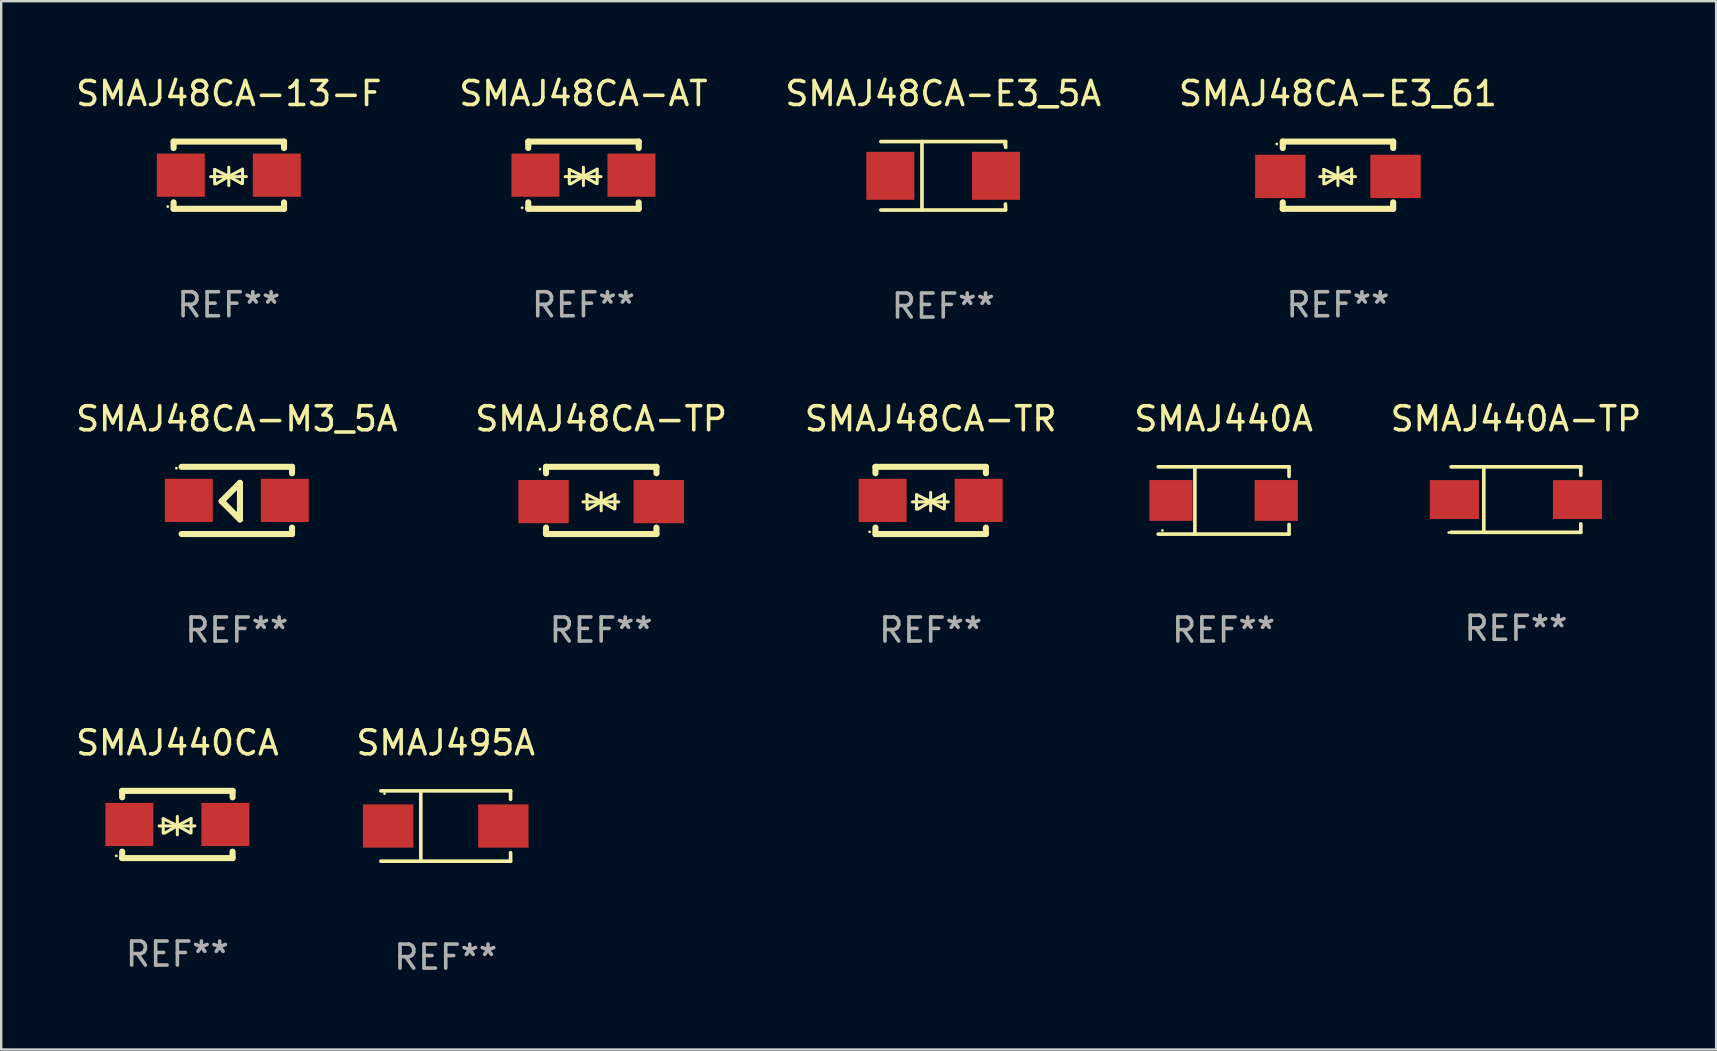
<source format=kicad_pcb>
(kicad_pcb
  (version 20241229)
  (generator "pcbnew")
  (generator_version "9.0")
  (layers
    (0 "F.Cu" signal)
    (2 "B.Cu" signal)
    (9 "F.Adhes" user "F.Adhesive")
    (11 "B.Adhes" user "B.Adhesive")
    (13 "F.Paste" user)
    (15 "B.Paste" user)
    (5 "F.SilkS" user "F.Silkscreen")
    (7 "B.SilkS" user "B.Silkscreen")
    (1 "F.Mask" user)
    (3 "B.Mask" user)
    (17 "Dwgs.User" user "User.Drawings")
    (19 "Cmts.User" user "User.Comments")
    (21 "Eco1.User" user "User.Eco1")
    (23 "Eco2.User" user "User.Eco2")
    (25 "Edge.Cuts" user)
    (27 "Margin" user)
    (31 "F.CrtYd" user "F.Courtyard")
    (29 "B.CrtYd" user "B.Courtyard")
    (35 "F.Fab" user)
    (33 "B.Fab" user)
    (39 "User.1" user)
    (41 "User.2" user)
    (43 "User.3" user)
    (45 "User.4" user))
  (footprint "SMAJ495A"
    (layer "F.Cu")
    (at 15.518 31.36)
    (property "Reference" "SMAJ495A" (at 0 -3.464 0) (layer "F.SilkS") (effects (font (size 1 1) (thickness 0.15))))
    (attr through_hole)
    (fp_line (start -2.701 -1.464) (end 2.701 -1.464) (stroke (width 0.152) (type solid)) (layer "F.SilkS"))
    (fp_line (start -2.701 1.464) (end 2.701 1.464) (stroke (width 0.152) (type solid)) (layer "F.SilkS"))
    (fp_line (start -1.039 -1.364) (end -1.039 1.364) (stroke (width 0.152) (type solid)) (layer "F.SilkS"))
    (fp_line (start 2.701 -1.464) (end 2.701 -1.113) (stroke (width 0.152) (type solid)) (layer "F.SilkS"))
    (fp_line (start 2.701 1.464) (end 2.701 1.113) (stroke (width 0.152) (type solid)) (layer "F.SilkS"))
    (fp_circle (center -2.55 -1.35) (end -2.52 -1.35) (stroke (width 0.06) (type solid)) (fill no) (layer "F.SilkS"))
    (fp_text user "REF**" (at 0 5.464 0) (layer "F.Fab") (effects (font (size 1 1) (thickness 0.15))))
    (pad "1" smd rect (at -2.4 0) (size 2.1 1.8) (layers "F.Cu" "F.Mask" "F.Paste"))
    (pad "2" smd rect (at 2.4 0) (size 2.1 1.8) (layers "F.Cu" "F.Mask" "F.Paste")))
  (footprint "SMAJ48CA-TR"
    (layer "F.Cu")
    (at 35.72 17.797)
    (property "Reference" "SMAJ48CA-TR" (at 0 -3.4 0) (layer "F.SilkS") (effects (font (size 1 1) (thickness 0.15))))
    (attr through_hole)
    (fp_line (start -2.3 -1.4) (end -2.3 -1.131) (stroke (width 0.254) (type solid)) (layer "F.SilkS"))
    (fp_line (start -2.3 -1.4) (end 2.3 -1.4) (stroke (width 0.254) (type solid)) (layer "F.SilkS"))
    (fp_line (start -2.3 1.131) (end -2.3 1.4) (stroke (width 0.254) (type solid)) (layer "F.SilkS"))
    (fp_line (start -2.3 1.4) (end 2.3 1.4) (stroke (width 0.254) (type solid)) (layer "F.SilkS"))
    (fp_line (start -0.76 0.06) (end 0.73 0.06) (stroke (width 0.127) (type solid)) (layer "F.SilkS"))
    (fp_line (start -0.59 -0.24) (end -0.59 0.36) (stroke (width 0.127) (type solid)) (layer "F.SilkS"))
    (fp_line (start -0.59 -0.24) (end -0.002 0.049) (stroke (width 0.127) (type solid)) (layer "F.SilkS"))
    (fp_line (start -0.53 0.36) (end -0.002 0.049) (stroke (width 0.127) (type solid)) (layer "F.SilkS"))
    (fp_line (start -0.002 0.049) (end -0.002 -0.332) (stroke (width 0.127) (type solid)) (layer "F.SilkS"))
    (fp_line (start -0.002 0.049) (end -0.002 0.43) (stroke (width 0.127) (type solid)) (layer "F.SilkS"))
    (fp_line (start 0.54 0.35) (end -0.002 0.049) (stroke (width 0.127) (type solid)) (layer "F.SilkS"))
    (fp_line (start 0.57 -0.25) (end -0.002 0.049) (stroke (width 0.127) (type solid)) (layer "F.SilkS"))
    (fp_line (start 0.57 -0.25) (end 0.57 0.35) (stroke (width 0.127) (type solid)) (layer "F.SilkS"))
    (fp_line (start 2.3 -1.4) (end 2.3 -1.131) (stroke (width 0.254) (type solid)) (layer "F.SilkS"))
    (fp_line (start 2.3 1.131) (end 2.3 1.4) (stroke (width 0.254) (type solid)) (layer "F.SilkS"))
    (fp_circle (center -2.542 1.308) (end -2.512 1.308) (stroke (width 0.06) (type solid)) (fill no) (layer "F.SilkS"))
    (fp_text user "REF**" (at 0 5.4 0) (layer "F.Fab") (effects (font (size 1 1) (thickness 0.15))))
    (pad "1" smd rect (at -2 0) (size 2 1.8) (layers "F.Cu" "F.Mask" "F.Paste"))
    (pad "2" smd rect (at 2 0) (size 2 1.8) (layers "F.Cu" "F.Mask" "F.Paste")))
  (footprint "SMAJ440A-TP"
    (layer "F.Cu")
    (at 60.101 17.761)
    (property "Reference" "SMAJ440A-TP" (at 0 -3.364 0) (layer "F.SilkS") (effects (font (size 1 1) (thickness 0.15))))
    (attr through_hole)
    (fp_line (start -2.701 -1.364) (end 2.701 -1.364) (stroke (width 0.152) (type solid)) (layer "F.SilkS"))
    (fp_line (start -2.701 1.364) (end 2.701 1.364) (stroke (width 0.152) (type solid)) (layer "F.SilkS"))
    (fp_line (start -1.339 -1.364) (end -1.339 1.364) (stroke (width 0.152) (type solid)) (layer "F.SilkS"))
    (fp_line (start 2.701 -1.364) (end 2.701 -1.013) (stroke (width 0.152) (type solid)) (layer "F.SilkS"))
    (fp_line (start 2.701 1.364) (end 2.701 1.013) (stroke (width 0.152) (type solid)) (layer "F.SilkS"))
    (fp_circle (center -2.8 1.375) (end -2.77 1.375) (stroke (width 0.06) (type solid)) (fill no) (layer "F.SilkS"))
    (fp_text user "REF**" (at 0 5.364 0) (layer "F.Fab") (effects (font (size 1 1) (thickness 0.15))))
    (pad "1" smd rect (at -2.565 -0.000025) (size 2.046 1.62) (layers "F.Cu" "F.Mask" "F.Paste"))
    (pad "2" smd rect (at 2.565 -0.000025) (size 2.046 1.62) (layers "F.Cu" "F.Mask" "F.Paste")))
  (footprint "SMAJ48CA-M3_5A"
    (layer "F.Cu")
    (at 6.815 17.797)
    (property "Reference" "SMAJ48CA-M3_5A" (at 0 -3.4 0) (layer "F.SilkS") (effects (font (size 1 1) (thickness 0.15))))
    (attr through_hole)
    (fp_line (start -2.3 -1.4) (end 2.3 -1.4) (stroke (width 0.254) (type solid)) (layer "F.SilkS"))
    (fp_line (start -2.3 1.4) (end 2.3 1.4) (stroke (width 0.254) (type solid)) (layer "F.SilkS"))
    (fp_line (start -0.631 0.03) (end 0.131 -0.732) (stroke (width 0.254) (type solid)) (layer "F.SilkS"))
    (fp_line (start 0.004 0.665) (end -0.631 0.03) (stroke (width 0.254) (type solid)) (layer "F.SilkS"))
    (fp_line (start 0.131 -0.732) (end 0.131 0.665) (stroke (width 0.254) (type solid)) (layer "F.SilkS"))
    (fp_line (start 0.131 0.665) (end 0.131 0.792) (stroke (width 0.254) (type solid)) (layer "F.SilkS"))
    (fp_line (start 0.131 0.792) (end 0.004 0.665) (stroke (width 0.254) (type solid)) (layer "F.SilkS"))
    (fp_line (start 2.3 -1.4) (end 2.3 -1.131) (stroke (width 0.254) (type solid)) (layer "F.SilkS"))
    (fp_line (start 2.3 1.131) (end 2.3 1.4) (stroke (width 0.254) (type solid)) (layer "F.SilkS"))
    (fp_circle (center -2.517 -1.342) (end -2.487 -1.342) (stroke (width 0.06) (type solid)) (fill no) (layer "F.SilkS"))
    (fp_text user "REF**" (at 0 5.4 0) (layer "F.Fab") (effects (font (size 1 1) (thickness 0.15))))
    (pad "1" smd rect (at -2 -0.000127) (size 2 1.8) (layers "F.Cu" "F.Mask" "F.Paste"))
    (pad "2" smd rect (at 2 -0.000127) (size 2 1.8) (layers "F.Cu" "F.Mask" "F.Paste")))
  (footprint "SMAJ440CA"
    (layer "F.Cu")
    (at 4.339 31.296)
    (property "Reference" "SMAJ440CA" (at 0 -3.4 0) (layer "F.SilkS") (effects (font (size 1 1) (thickness 0.15))))
    (attr through_hole)
    (fp_line (start -2.3 -1.4) (end -2.3 -1.131) (stroke (width 0.254) (type solid)) (layer "F.SilkS"))
    (fp_line (start -2.3 -1.4) (end 2.3 -1.4) (stroke (width 0.254) (type solid)) (layer "F.SilkS"))
    (fp_line (start -2.3 1.131) (end -2.3 1.4) (stroke (width 0.254) (type solid)) (layer "F.SilkS"))
    (fp_line (start -2.3 1.4) (end 2.3 1.4) (stroke (width 0.254) (type solid)) (layer "F.SilkS"))
    (fp_line (start -0.76 0.06) (end 0.73 0.06) (stroke (width 0.127) (type solid)) (layer "F.SilkS"))
    (fp_line (start -0.59 -0.24) (end -0.59 0.36) (stroke (width 0.127) (type solid)) (layer "F.SilkS"))
    (fp_line (start -0.59 -0.24) (end -0.002 0.049) (stroke (width 0.127) (type solid)) (layer "F.SilkS"))
    (fp_line (start -0.53 0.36) (end -0.002 0.049) (stroke (width 0.127) (type solid)) (layer "F.SilkS"))
    (fp_line (start -0.002 0.049) (end -0.002 -0.332) (stroke (width 0.127) (type solid)) (layer "F.SilkS"))
    (fp_line (start -0.002 0.049) (end -0.002 0.43) (stroke (width 0.127) (type solid)) (layer "F.SilkS"))
    (fp_line (start 0.54 0.35) (end -0.002 0.049) (stroke (width 0.127) (type solid)) (layer "F.SilkS"))
    (fp_line (start 0.57 -0.25) (end -0.002 0.049) (stroke (width 0.127) (type solid)) (layer "F.SilkS"))
    (fp_line (start 0.57 -0.25) (end 0.57 0.35) (stroke (width 0.127) (type solid)) (layer "F.SilkS"))
    (fp_line (start 2.3 -1.4) (end 2.3 -1.131) (stroke (width 0.254) (type solid)) (layer "F.SilkS"))
    (fp_line (start 2.3 1.131) (end 2.3 1.4) (stroke (width 0.254) (type solid)) (layer "F.SilkS"))
    (fp_circle (center -2.542 1.308) (end -2.512 1.308) (stroke (width 0.06) (type solid)) (fill no) (layer "F.SilkS"))
    (fp_text user "REF**" (at 0 5.4 0) (layer "F.Fab") (effects (font (size 1 1) (thickness 0.15))))
    (pad "1" smd rect (at -2 0) (size 2 1.8) (layers "F.Cu" "F.Mask" "F.Paste"))
    (pad "2" smd rect (at 2 0) (size 2 1.8) (layers "F.Cu" "F.Mask" "F.Paste")))
  (footprint "SMAJ48CA-E3_5A"
    (layer "F.Cu")
    (at 36.244 4.274)
    (property "Reference" "SMAJ48CA-E3_5A" (at 0 -3.426 0) (layer "F.SilkS") (effects (font (size 1 1) (thickness 0.15))))
    (attr through_hole)
    (fp_line (start -2.6 -1.426) (end 2.593 -1.426) (stroke (width 0.152) (type solid)) (layer "F.SilkS"))
    (fp_line (start -2.6 1.426) (end 2.593 1.426) (stroke (width 0.152) (type solid)) (layer "F.SilkS"))
    (fp_line (start -0.887 -1.426) (end -0.887 1.426) (stroke (width 0.152) (type solid)) (layer "F.SilkS"))
    (fp_line (start 2.59 1.176) (end 2.597 1.415) (stroke (width 0.152) (type solid)) (layer "F.SilkS"))
    (fp_line (start 2.593 -1.426) (end 2.6 -1.187) (stroke (width 0.152) (type solid)) (layer "F.SilkS"))
    (fp_circle (center 2.547 -1.3) (end 2.577 -1.3) (stroke (width 0.06) (type solid)) (fill no) (layer "F.SilkS"))
    (fp_text user "REF**" (at 0 5.426 0) (layer "F.Fab") (effects (font (size 1 1) (thickness 0.15))))
    (pad "1" smd rect (at 2.197 -0.000025 180) (size 2 2) (layers "F.Cu" "F.Mask" "F.Paste"))
    (pad "2" smd rect (at -2.203 -0.000025 180) (size 2 2) (layers "F.Cu" "F.Mask" "F.Paste")))
  (footprint "SMAJ440A"
    (layer "F.Cu")
    (at 47.923 17.798)
    (property "Reference" "SMAJ440A" (at 0 -3.401 0) (layer "F.SilkS") (effects (font (size 1 1) (thickness 0.15))))
    (attr through_hole)
    (fp_line (start -2.726 -1.401) (end 2.726 -1.401) (stroke (width 0.152) (type solid)) (layer "F.SilkS"))
    (fp_line (start -2.726 1.401) (end 2.726 1.401) (stroke (width 0.152) (type solid)) (layer "F.SilkS"))
    (fp_line (start -1.197 -1.401) (end -1.197 1.401) (stroke (width 0.152) (type solid)) (layer "F.SilkS"))
    (fp_line (start 2.726 -1.401) (end 2.726 -1) (stroke (width 0.152) (type solid)) (layer "F.SilkS"))
    (fp_line (start 2.726 1.401) (end 2.726 1) (stroke (width 0.152) (type solid)) (layer "F.SilkS"))
    (fp_circle (center -2.55 1.25) (end -2.52 1.25) (stroke (width 0.06) (type solid)) (fill no) (layer "F.SilkS"))
    (fp_text user "REF**" (at 0 5.401 0) (layer "F.Fab") (effects (font (size 1 1) (thickness 0.15))))
    (pad "1" smd rect (at -2.192 0) (size 1.8 1.7) (layers "F.Cu" "F.Mask" "F.Paste"))
    (pad "2" smd rect (at 2.192 0) (size 1.8 1.7) (layers "F.Cu" "F.Mask" "F.Paste")))
  (footprint "SMAJ48CA-E3_61"
    (layer "F.Cu")
    (at 52.685 4.248)
    (property "Reference" "SMAJ48CA-E3_61" (at 0 -3.4 0) (layer "F.SilkS") (effects (font (size 1 1) (thickness 0.15))))
    (attr through_hole)
    (fp_line (start -2.298 -1.4) (end -2.298 -1.131) (stroke (width 0.254) (type solid)) (layer "F.SilkS"))
    (fp_line (start -2.298 -1.4) (end 2.302 -1.4) (stroke (width 0.254) (type solid)) (layer "F.SilkS"))
    (fp_line (start -2.298 1.131) (end -2.298 1.4) (stroke (width 0.254) (type solid)) (layer "F.SilkS"))
    (fp_line (start -2.298 1.4) (end 2.302 1.4) (stroke (width 0.254) (type solid)) (layer "F.SilkS"))
    (fp_line (start -0.758 0.06) (end 0.732 0.06) (stroke (width 0.127) (type solid)) (layer "F.SilkS"))
    (fp_line (start -0.588 -0.24) (end -0.588 0.36) (stroke (width 0.127) (type solid)) (layer "F.SilkS"))
    (fp_line (start -0.588 -0.24) (end 0.000025 0.049) (stroke (width 0.127) (type solid)) (layer "F.SilkS"))
    (fp_line (start -0.528 0.36) (end 0.000025 0.049) (stroke (width 0.127) (type solid)) (layer "F.SilkS"))
    (fp_line (start 0.000025 0.049) (end 0.000025 -0.332) (stroke (width 0.127) (type solid)) (layer "F.SilkS"))
    (fp_line (start 0.000025 0.049) (end 0.000025 0.43) (stroke (width 0.127) (type solid)) (layer "F.SilkS"))
    (fp_line (start 0.542 0.35) (end 0.000025 0.049) (stroke (width 0.127) (type solid)) (layer "F.SilkS"))
    (fp_line (start 0.572 -0.25) (end 0.000025 0.049) (stroke (width 0.127) (type solid)) (layer "F.SilkS"))
    (fp_line (start 0.572 -0.25) (end 0.572 0.35) (stroke (width 0.127) (type solid)) (layer "F.SilkS"))
    (fp_line (start 2.302 -1.4) (end 2.302 -1.131) (stroke (width 0.254) (type solid)) (layer "F.SilkS"))
    (fp_line (start 2.302 1.131) (end 2.302 1.4) (stroke (width 0.254) (type solid)) (layer "F.SilkS"))
    (fp_circle (center -2.549 -1.301) (end -2.519 -1.301) (stroke (width 0.06) (type solid)) (fill no) (layer "F.SilkS"))
    (fp_text user "REF**" (at 0 5.4 0) (layer "F.Fab") (effects (font (size 1 1) (thickness 0.15))))
    (pad "1" smd rect (at -2.4 0.049) (size 2.1 1.8) (layers "F.Cu" "F.Mask" "F.Paste"))
    (pad "2" smd rect (at 2.4 0.049) (size 2.1 1.8) (layers "F.Cu" "F.Mask" "F.Paste")))
  (footprint "SMAJ48CA-13-F"
    (layer "F.Cu")
    (at 6.482 4.248)
    (property "Reference" "SMAJ48CA-13-F" (at 0 -3.4 0) (layer "F.SilkS") (effects (font (size 1 1) (thickness 0.15))))
    (attr through_hole)
    (fp_line (start -2.3 -1.4) (end -2.3 -1.131) (stroke (width 0.254) (type solid)) (layer "F.SilkS"))
    (fp_line (start -2.3 -1.4) (end 2.3 -1.4) (stroke (width 0.254) (type solid)) (layer "F.SilkS"))
    (fp_line (start -2.3 1.131) (end -2.3 1.4) (stroke (width 0.254) (type solid)) (layer "F.SilkS"))
    (fp_line (start -2.3 1.4) (end 2.3 1.4) (stroke (width 0.254) (type solid)) (layer "F.SilkS"))
    (fp_line (start -0.76 0.06) (end 0.73 0.06) (stroke (width 0.127) (type solid)) (layer "F.SilkS"))
    (fp_line (start -0.59 -0.24) (end -0.59 0.36) (stroke (width 0.127) (type solid)) (layer "F.SilkS"))
    (fp_line (start -0.59 -0.24) (end -0.002 0.049) (stroke (width 0.127) (type solid)) (layer "F.SilkS"))
    (fp_line (start -0.53 0.36) (end -0.002 0.049) (stroke (width 0.127) (type solid)) (layer "F.SilkS"))
    (fp_line (start -0.002 0.049) (end -0.002 -0.332) (stroke (width 0.127) (type solid)) (layer "F.SilkS"))
    (fp_line (start -0.002 0.049) (end -0.002 0.43) (stroke (width 0.127) (type solid)) (layer "F.SilkS"))
    (fp_line (start 0.54 0.35) (end -0.002 0.049) (stroke (width 0.127) (type solid)) (layer "F.SilkS"))
    (fp_line (start 0.57 -0.25) (end -0.002 0.049) (stroke (width 0.127) (type solid)) (layer "F.SilkS"))
    (fp_line (start 0.57 -0.25) (end 0.57 0.35) (stroke (width 0.127) (type solid)) (layer "F.SilkS"))
    (fp_line (start 2.3 -1.4) (end 2.3 -1.131) (stroke (width 0.254) (type solid)) (layer "F.SilkS"))
    (fp_line (start 2.3 1.131) (end 2.3 1.4) (stroke (width 0.254) (type solid)) (layer "F.SilkS"))
    (fp_circle (center -2.542 1.308) (end -2.512 1.308) (stroke (width 0.06) (type solid)) (fill no) (layer "F.SilkS"))
    (fp_text user "REF**" (at 0 5.4 0) (layer "F.Fab") (effects (font (size 1 1) (thickness 0.15))))
    (pad "1" smd rect (at -2 0) (size 2 1.8) (layers "F.Cu" "F.Mask" "F.Paste"))
    (pad "2" smd rect (at 2 0) (size 2 1.8) (layers "F.Cu" "F.Mask" "F.Paste")))
  (footprint "SMAJ48CA-TP"
    (layer "F.Cu")
    (at 21.994 17.797)
    (property "Reference" "SMAJ48CA-TP" (at 0 -3.4 0) (layer "F.SilkS") (effects (font (size 1 1) (thickness 0.15))))
    (attr through_hole)
    (fp_line (start -2.298 -1.4) (end -2.298 -1.131) (stroke (width 0.254) (type solid)) (layer "F.SilkS"))
    (fp_line (start -2.298 -1.4) (end 2.302 -1.4) (stroke (width 0.254) (type solid)) (layer "F.SilkS"))
    (fp_line (start -2.298 1.131) (end -2.298 1.4) (stroke (width 0.254) (type solid)) (layer "F.SilkS"))
    (fp_line (start -2.298 1.4) (end 2.302 1.4) (stroke (width 0.254) (type solid)) (layer "F.SilkS"))
    (fp_line (start -0.758 0.06) (end 0.732 0.06) (stroke (width 0.127) (type solid)) (layer "F.SilkS"))
    (fp_line (start -0.588 -0.24) (end -0.588 0.36) (stroke (width 0.127) (type solid)) (layer "F.SilkS"))
    (fp_line (start -0.588 -0.24) (end 0.000025 0.049) (stroke (width 0.127) (type solid)) (layer "F.SilkS"))
    (fp_line (start -0.528 0.36) (end 0.000025 0.049) (stroke (width 0.127) (type solid)) (layer "F.SilkS"))
    (fp_line (start 0.000025 0.049) (end 0.000025 -0.332) (stroke (width 0.127) (type solid)) (layer "F.SilkS"))
    (fp_line (start 0.000025 0.049) (end 0.000025 0.43) (stroke (width 0.127) (type solid)) (layer "F.SilkS"))
    (fp_line (start 0.542 0.35) (end 0.000025 0.049) (stroke (width 0.127) (type solid)) (layer "F.SilkS"))
    (fp_line (start 0.572 -0.25) (end 0.000025 0.049) (stroke (width 0.127) (type solid)) (layer "F.SilkS"))
    (fp_line (start 0.572 -0.25) (end 0.572 0.35) (stroke (width 0.127) (type solid)) (layer "F.SilkS"))
    (fp_line (start 2.302 -1.4) (end 2.302 -1.131) (stroke (width 0.254) (type solid)) (layer "F.SilkS"))
    (fp_line (start 2.302 1.131) (end 2.302 1.4) (stroke (width 0.254) (type solid)) (layer "F.SilkS"))
    (fp_circle (center -2.549 -1.301) (end -2.519 -1.301) (stroke (width 0.06) (type solid)) (fill no) (layer "F.SilkS"))
    (fp_text user "REF**" (at 0 5.4 0) (layer "F.Fab") (effects (font (size 1 1) (thickness 0.15))))
    (pad "1" smd rect (at -2.4 0.049) (size 2.1 1.8) (layers "F.Cu" "F.Mask" "F.Paste"))
    (pad "2" smd rect (at 2.4 0.049) (size 2.1 1.8) (layers "F.Cu" "F.Mask" "F.Paste")))
  (footprint "SMAJ48CA-AT"
    (layer "F.Cu")
    (at 21.256 4.248)
    (property "Reference" "SMAJ48CA-AT" (at 0 -3.4 0) (layer "F.SilkS") (effects (font (size 1 1) (thickness 0.15))))
    (attr through_hole)
    (fp_line (start -2.3 -1.4) (end -2.3 -1.131) (stroke (width 0.254) (type solid)) (layer "F.SilkS"))
    (fp_line (start -2.3 -1.4) (end 2.3 -1.4) (stroke (width 0.254) (type solid)) (layer "F.SilkS"))
    (fp_line (start -2.3 1.131) (end -2.3 1.4) (stroke (width 0.254) (type solid)) (layer "F.SilkS"))
    (fp_line (start -2.3 1.4) (end 2.3 1.4) (stroke (width 0.254) (type solid)) (layer "F.SilkS"))
    (fp_line (start -0.76 0.06) (end 0.73 0.06) (stroke (width 0.127) (type solid)) (layer "F.SilkS"))
    (fp_line (start -0.59 -0.24) (end -0.59 0.36) (stroke (width 0.127) (type solid)) (layer "F.SilkS"))
    (fp_line (start -0.59 -0.24) (end -0.002 0.049) (stroke (width 0.127) (type solid)) (layer "F.SilkS"))
    (fp_line (start -0.53 0.36) (end -0.002 0.049) (stroke (width 0.127) (type solid)) (layer "F.SilkS"))
    (fp_line (start -0.002 0.049) (end -0.002 -0.332) (stroke (width 0.127) (type solid)) (layer "F.SilkS"))
    (fp_line (start -0.002 0.049) (end -0.002 0.43) (stroke (width 0.127) (type solid)) (layer "F.SilkS"))
    (fp_line (start 0.54 0.35) (end -0.002 0.049) (stroke (width 0.127) (type solid)) (layer "F.SilkS"))
    (fp_line (start 0.57 -0.25) (end -0.002 0.049) (stroke (width 0.127) (type solid)) (layer "F.SilkS"))
    (fp_line (start 0.57 -0.25) (end 0.57 0.35) (stroke (width 0.127) (type solid)) (layer "F.SilkS"))
    (fp_line (start 2.3 -1.4) (end 2.3 -1.131) (stroke (width 0.254) (type solid)) (layer "F.SilkS"))
    (fp_line (start 2.3 1.131) (end 2.3 1.4) (stroke (width 0.254) (type solid)) (layer "F.SilkS"))
    (fp_circle (center -2.555 1.358) (end -2.525 1.358) (stroke (width 0.06) (type solid)) (fill no) (layer "F.SilkS"))
    (fp_text user "REF**" (at 0 5.4 0) (layer "F.Fab") (effects (font (size 1 1) (thickness 0.15))))
    (pad "1" smd rect (at -2 -0.000025) (size 2 1.8) (layers "F.Cu" "F.Mask" "F.Paste"))
    (pad "2" smd rect (at 2 -0.000025) (size 2 1.8) (layers "F.Cu" "F.Mask" "F.Paste")))
  (gr_rect
    (start -3 -3)
    (end 68.44 40.672)
    (stroke (width 0.1) (type default))
    (fill no)
    (layer "Edge.Cuts")))
</source>
